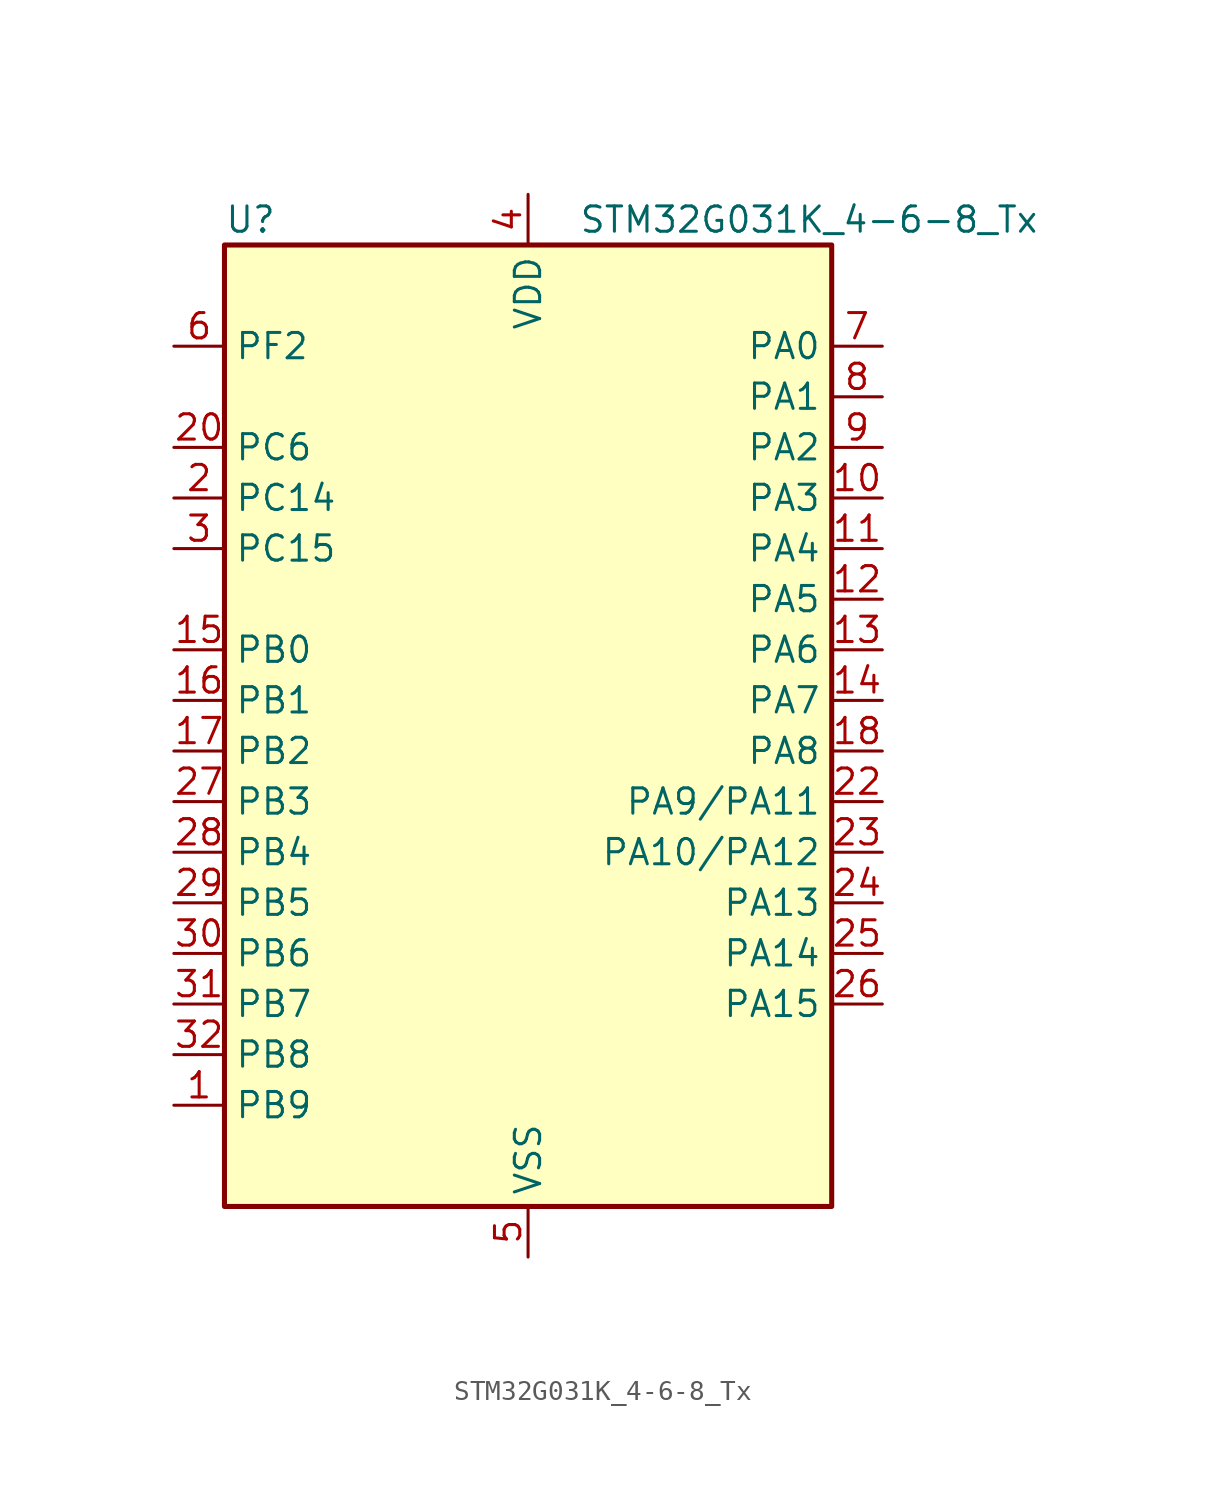
<source format=kicad_sym>
(kicad_symbol_lib
  (version 20231120)
  (generator "kicad-library-utils")
  (generator_version "8.0")
  (symbol "STM32G031K_4-6-8_Tx"
    (property "Reference" "U"
      (at -15.24 26.67 0)
      (effects (font (size 1.27 1.27)) (justify left)))
    (property "Value" "STM32G031K_4-6-8_Tx"
      (at 2.54 26.67 0)
      (effects (font (size 1.27 1.27)) (justify left)))
    (symbol "STM32G031K_4-6-8_Tx_0_1"
      (rectangle (start -15.24 -22.86) (end 15.24 25.4) (stroke (width 0.254) (type default)) (fill (type background))))
    (symbol "STM32G031K_4-6-8_Tx_1_1"
      (pin bidirectional line (at -17.78 -17.78 0) (length 2.54) (name "PB9" (effects (font (size 1.27 1.27)))) (number "1" (effects (font (size 1.27 1.27)))) (alternate "I2C1_SDA" bidirectional line) (alternate "IR_OUT" bidirectional line) (alternate "SPI2_NSS" bidirectional line) (alternate "TIM17_CH1" bidirectional line))
      (pin bidirectional line (at 17.78 12.7 180) (length 2.54) (name "PA3" (effects (font (size 1.27 1.27)))) (number "10" (effects (font (size 1.27 1.27)))) (alternate "ADC1_IN3" bidirectional line) (alternate "LPUART1_RX" bidirectional line) (alternate "SPI2_MISO" bidirectional line) (alternate "TIM2_CH4" bidirectional line) (alternate "USART2_RX" bidirectional line))
      (pin bidirectional line (at 17.78 10.16 180) (length 2.54) (name "PA4" (effects (font (size 1.27 1.27)))) (number "11" (effects (font (size 1.27 1.27)))) (alternate "ADC1_IN4" bidirectional line) (alternate "I2S1_WS" bidirectional line) (alternate "LPTIM2_OUT" bidirectional line) (alternate "RTC_OUT_ALARM" bidirectional line) (alternate "RTC_OUT_CALIB" bidirectional line) (alternate "RTC_TAMP_IN1" bidirectional line) (alternate "RTC_TS" bidirectional line) (alternate "SPI1_NSS" bidirectional line) (alternate "SPI2_MOSI" bidirectional line) (alternate "SYS_WKUP2" bidirectional line) (alternate "TIM14_CH1" bidirectional line))
      (pin bidirectional line (at 17.78 7.62 180) (length 2.54) (name "PA5" (effects (font (size 1.27 1.27)))) (number "12" (effects (font (size 1.27 1.27)))) (alternate "ADC1_IN5" bidirectional line) (alternate "I2S1_CK" bidirectional line) (alternate "LPTIM2_ETR" bidirectional line) (alternate "SPI1_SCK" bidirectional line) (alternate "TIM2_CH1" bidirectional line) (alternate "TIM2_ETR" bidirectional line))
      (pin bidirectional line (at 17.78 5.08 180) (length 2.54) (name "PA6" (effects (font (size 1.27 1.27)))) (number "13" (effects (font (size 1.27 1.27)))) (alternate "ADC1_IN6" bidirectional line) (alternate "I2S1_MCK" bidirectional line) (alternate "LPUART1_CTS" bidirectional line) (alternate "SPI1_MISO" bidirectional line) (alternate "TIM16_CH1" bidirectional line) (alternate "TIM1_BK" bidirectional line) (alternate "TIM3_CH1" bidirectional line))
      (pin bidirectional line (at 17.78 2.54 180) (length 2.54) (name "PA7" (effects (font (size 1.27 1.27)))) (number "14" (effects (font (size 1.27 1.27)))) (alternate "ADC1_IN7" bidirectional line) (alternate "I2S1_SD" bidirectional line) (alternate "SPI1_MOSI" bidirectional line) (alternate "TIM14_CH1" bidirectional line) (alternate "TIM17_CH1" bidirectional line) (alternate "TIM1_CH1N" bidirectional line) (alternate "TIM3_CH2" bidirectional line))
      (pin bidirectional line (at -17.78 5.08 0) (length 2.54) (name "PB0" (effects (font (size 1.27 1.27)))) (number "15" (effects (font (size 1.27 1.27)))) (alternate "ADC1_IN8" bidirectional line) (alternate "I2S1_WS" bidirectional line) (alternate "LPTIM1_OUT" bidirectional line) (alternate "SPI1_NSS" bidirectional line) (alternate "TIM1_CH2N" bidirectional line) (alternate "TIM3_CH3" bidirectional line))
      (pin bidirectional line (at -17.78 2.54 0) (length 2.54) (name "PB1" (effects (font (size 1.27 1.27)))) (number "16" (effects (font (size 1.27 1.27)))) (alternate "ADC1_IN9" bidirectional line) (alternate "LPTIM2_IN1" bidirectional line) (alternate "LPUART1_DE" bidirectional line) (alternate "LPUART1_RTS" bidirectional line) (alternate "TIM14_CH1" bidirectional line) (alternate "TIM1_CH3N" bidirectional line) (alternate "TIM3_CH4" bidirectional line))
      (pin bidirectional line (at -17.78 0 0) (length 2.54) (name "PB2" (effects (font (size 1.27 1.27)))) (number "17" (effects (font (size 1.27 1.27)))) (alternate "ADC1_IN10" bidirectional line) (alternate "LPTIM1_OUT" bidirectional line) (alternate "SPI2_MISO" bidirectional line))
      (pin bidirectional line (at 17.78 0 180) (length 2.54) (name "PA8" (effects (font (size 1.27 1.27)))) (number "18" (effects (font (size 1.27 1.27)))) (alternate "LPTIM2_OUT" bidirectional line) (alternate "RCC_MCO" bidirectional line) (alternate "SPI2_NSS" bidirectional line) (alternate "TIM1_CH1" bidirectional line))
      (pin no_connect line (at -15.24 -22.86 0) (length 2.54) hide (name "NC/PA9" (effects (font (size 1.27 1.27)))) (number "19" (effects (font (size 1.27 1.27)))) (alternate "NC" bidirectional line) (alternate "PA9" bidirectional line) (alternate "I2C1_SCL (PA9)" bidirectional line) (alternate "RCC_MCO (PA9)" bidirectional line) (alternate "SPI2_MISO (PA9)" bidirectional line) (alternate "TIM1_CH2 (PA9)" bidirectional line) (alternate "USART1_TX (PA9)" bidirectional line))
      (pin bidirectional line (at -17.78 12.7 0) (length 2.54) (name "PC14" (effects (font (size 1.27 1.27)))) (number "2" (effects (font (size 1.27 1.27)))) (alternate "RCC_OSC32_IN" bidirectional line) (alternate "RCC_OSC_IN" bidirectional line) (alternate "TIM1_BK2" bidirectional line))
      (pin bidirectional line (at -17.78 15.24 0) (length 2.54) (name "PC6" (effects (font (size 1.27 1.27)))) (number "20" (effects (font (size 1.27 1.27)))) (alternate "TIM2_CH3" bidirectional line) (alternate "TIM3_CH1" bidirectional line))
      (pin no_connect line (at -15.24 -20.32 0) (length 2.54) hide (name "NC/PA10" (effects (font (size 1.27 1.27)))) (number "21" (effects (font (size 1.27 1.27)))) (alternate "NC" bidirectional line) (alternate "PA10" bidirectional line) (alternate "I2C1_SDA (PA10)" bidirectional line) (alternate "SPI2_MOSI (PA10)" bidirectional line) (alternate "TIM17_BK (PA10)" bidirectional line) (alternate "TIM1_CH3 (PA10)" bidirectional line) (alternate "USART1_RX (PA10)" bidirectional line))
      (pin bidirectional line (at 17.78 -2.54 180) (length 2.54) (name "PA9/PA11" (effects (font (size 1.27 1.27)))) (number "22" (effects (font (size 1.27 1.27)))) (alternate "PA9" bidirectional line) (alternate "I2C1_SCL (PA9)" bidirectional line) (alternate "RCC_MCO (PA9)" bidirectional line) (alternate "SPI2_MISO (PA9)" bidirectional line) (alternate "TIM1_CH2 (PA9)" bidirectional line) (alternate "USART1_TX (PA9)" bidirectional line) (alternate "PA11" bidirectional line) (alternate "ADC1_EXTI11 (PA11)" bidirectional line) (alternate "ADC1_IN15 (PA11)" bidirectional line) (alternate "I2C2_SCL (PA11)" bidirectional line) (alternate "I2S1_MCK (PA11)" bidirectional line) (alternate "SPI1_MISO (PA11)" bidirectional line) (alternate "TIM1_BK2 (PA11)" bidirectional line) (alternate "TIM1_CH4 (PA11)" bidirectional line) (alternate "USART1_CTS (PA11)" bidirectional line) (alternate "USART1_NSS (PA11)" bidirectional line))
      (pin bidirectional line (at 17.78 -5.08 180) (length 2.54) (name "PA10/PA12" (effects (font (size 1.27 1.27)))) (number "23" (effects (font (size 1.27 1.27)))) (alternate "PA10" bidirectional line) (alternate "I2C1_SDA (PA10)" bidirectional line) (alternate "SPI2_MOSI (PA10)" bidirectional line) (alternate "TIM17_BK (PA10)" bidirectional line) (alternate "TIM1_CH3 (PA10)" bidirectional line) (alternate "USART1_RX (PA10)" bidirectional line) (alternate "PA12" bidirectional line) (alternate "ADC1_IN16 (PA12)" bidirectional line) (alternate "I2C2_SDA (PA12)" bidirectional line) (alternate "I2S1_SD (PA12)" bidirectional line) (alternate "I2S_CKIN (PA12)" bidirectional line) (alternate "SPI1_MOSI (PA12)" bidirectional line) (alternate "TIM1_ETR (PA12)" bidirectional line) (alternate "USART1_CK (PA12)" bidirectional line) (alternate "USART1_DE (PA12)" bidirectional line) (alternate "USART1_RTS (PA12)" bidirectional line))
      (pin bidirectional line (at 17.78 -7.62 180) (length 2.54) (name "PA13" (effects (font (size 1.27 1.27)))) (number "24" (effects (font (size 1.27 1.27)))) (alternate "ADC1_IN17" bidirectional line) (alternate "IR_OUT" bidirectional line) (alternate "SYS_SWDIO" bidirectional line))
      (pin bidirectional line (at 17.78 -10.16 180) (length 2.54) (name "PA14" (effects (font (size 1.27 1.27)))) (number "25" (effects (font (size 1.27 1.27)))) (alternate "ADC1_IN18" bidirectional line) (alternate "SYS_SWCLK" bidirectional line) (alternate "USART2_TX" bidirectional line))
      (pin bidirectional line (at 17.78 -12.7 180) (length 2.54) (name "PA15" (effects (font (size 1.27 1.27)))) (number "26" (effects (font (size 1.27 1.27)))) (alternate "I2S1_WS" bidirectional line) (alternate "SPI1_NSS" bidirectional line) (alternate "TIM2_CH1" bidirectional line) (alternate "TIM2_ETR" bidirectional line) (alternate "USART2_RX" bidirectional line))
      (pin bidirectional line (at -17.78 -2.54 0) (length 2.54) (name "PB3" (effects (font (size 1.27 1.27)))) (number "27" (effects (font (size 1.27 1.27)))) (alternate "I2S1_CK" bidirectional line) (alternate "SPI1_SCK" bidirectional line) (alternate "TIM1_CH2" bidirectional line) (alternate "TIM2_CH2" bidirectional line) (alternate "USART1_CK" bidirectional line) (alternate "USART1_DE" bidirectional line) (alternate "USART1_RTS" bidirectional line))
      (pin bidirectional line (at -17.78 -5.08 0) (length 2.54) (name "PB4" (effects (font (size 1.27 1.27)))) (number "28" (effects (font (size 1.27 1.27)))) (alternate "I2S1_MCK" bidirectional line) (alternate "SPI1_MISO" bidirectional line) (alternate "TIM17_BK" bidirectional line) (alternate "TIM3_CH1" bidirectional line) (alternate "USART1_CTS" bidirectional line) (alternate "USART1_NSS" bidirectional line))
      (pin bidirectional line (at -17.78 -7.62 0) (length 2.54) (name "PB5" (effects (font (size 1.27 1.27)))) (number "29" (effects (font (size 1.27 1.27)))) (alternate "I2C1_SMBA" bidirectional line) (alternate "I2S1_SD" bidirectional line) (alternate "LPTIM1_IN1" bidirectional line) (alternate "SPI1_MOSI" bidirectional line) (alternate "SYS_WKUP6" bidirectional line) (alternate "TIM16_BK" bidirectional line) (alternate "TIM3_CH2" bidirectional line))
      (pin bidirectional line (at -17.78 10.16 0) (length 2.54) (name "PC15" (effects (font (size 1.27 1.27)))) (number "3" (effects (font (size 1.27 1.27)))) (alternate "RCC_OSC32_EN" bidirectional line) (alternate "RCC_OSC32_OUT" bidirectional line) (alternate "RCC_OSC_EN" bidirectional line))
      (pin bidirectional line (at -17.78 -10.16 0) (length 2.54) (name "PB6" (effects (font (size 1.27 1.27)))) (number "30" (effects (font (size 1.27 1.27)))) (alternate "I2C1_SCL" bidirectional line) (alternate "LPTIM1_ETR" bidirectional line) (alternate "SPI2_MISO" bidirectional line) (alternate "TIM16_CH1N" bidirectional line) (alternate "TIM1_CH3" bidirectional line) (alternate "USART1_TX" bidirectional line))
      (pin bidirectional line (at -17.78 -12.7 0) (length 2.54) (name "PB7" (effects (font (size 1.27 1.27)))) (number "31" (effects (font (size 1.27 1.27)))) (alternate "ADC1_IN11" bidirectional line) (alternate "I2C1_SDA" bidirectional line) (alternate "LPTIM1_IN2" bidirectional line) (alternate "SPI2_MOSI" bidirectional line) (alternate "SYS_PVD_IN" bidirectional line) (alternate "TIM17_CH1N" bidirectional line) (alternate "USART1_RX" bidirectional line))
      (pin bidirectional line (at -17.78 -15.24 0) (length 2.54) (name "PB8" (effects (font (size 1.27 1.27)))) (number "32" (effects (font (size 1.27 1.27)))) (alternate "I2C1_SCL" bidirectional line) (alternate "SPI2_SCK" bidirectional line) (alternate "TIM16_CH1" bidirectional line))
      (pin power_in line (at 0 27.94 270) (length 2.54) (name "VDD" (effects (font (size 1.27 1.27)))) (number "4" (effects (font (size 1.27 1.27)))))
      (pin power_in line (at 0 -25.4 90) (length 2.54) (name "VSS" (effects (font (size 1.27 1.27)))) (number "5" (effects (font (size 1.27 1.27)))))
      (pin bidirectional line (at -17.78 20.32 0) (length 2.54) (name "PF2" (effects (font (size 1.27 1.27)))) (number "6" (effects (font (size 1.27 1.27)))) (alternate "RCC_MCO" bidirectional line))
      (pin bidirectional line (at 17.78 20.32 180) (length 2.54) (name "PA0" (effects (font (size 1.27 1.27)))) (number "7" (effects (font (size 1.27 1.27)))) (alternate "ADC1_IN0" bidirectional line) (alternate "LPTIM1_OUT" bidirectional line) (alternate "RTC_TAMP_IN2" bidirectional line) (alternate "SPI2_SCK" bidirectional line) (alternate "SYS_WKUP1" bidirectional line) (alternate "TIM2_CH1" bidirectional line) (alternate "TIM2_ETR" bidirectional line) (alternate "USART2_CTS" bidirectional line) (alternate "USART2_NSS" bidirectional line))
      (pin bidirectional line (at 17.78 17.78 180) (length 2.54) (name "PA1" (effects (font (size 1.27 1.27)))) (number "8" (effects (font (size 1.27 1.27)))) (alternate "ADC1_IN1" bidirectional line) (alternate "I2C1_SMBA" bidirectional line) (alternate "I2S1_CK" bidirectional line) (alternate "SPI1_SCK" bidirectional line) (alternate "TIM2_CH2" bidirectional line) (alternate "USART2_CK" bidirectional line) (alternate "USART2_DE" bidirectional line) (alternate "USART2_RTS" bidirectional line))
      (pin bidirectional line (at 17.78 15.24 180) (length 2.54) (name "PA2" (effects (font (size 1.27 1.27)))) (number "9" (effects (font (size 1.27 1.27)))) (alternate "ADC1_IN2" bidirectional line) (alternate "I2S1_SD" bidirectional line) (alternate "LPUART1_TX" bidirectional line) (alternate "RCC_LSCO" bidirectional line) (alternate "SPI1_MOSI" bidirectional line) (alternate "SYS_WKUP4" bidirectional line) (alternate "TIM2_CH3" bidirectional line) (alternate "USART2_TX" bidirectional line)))))
</source>
